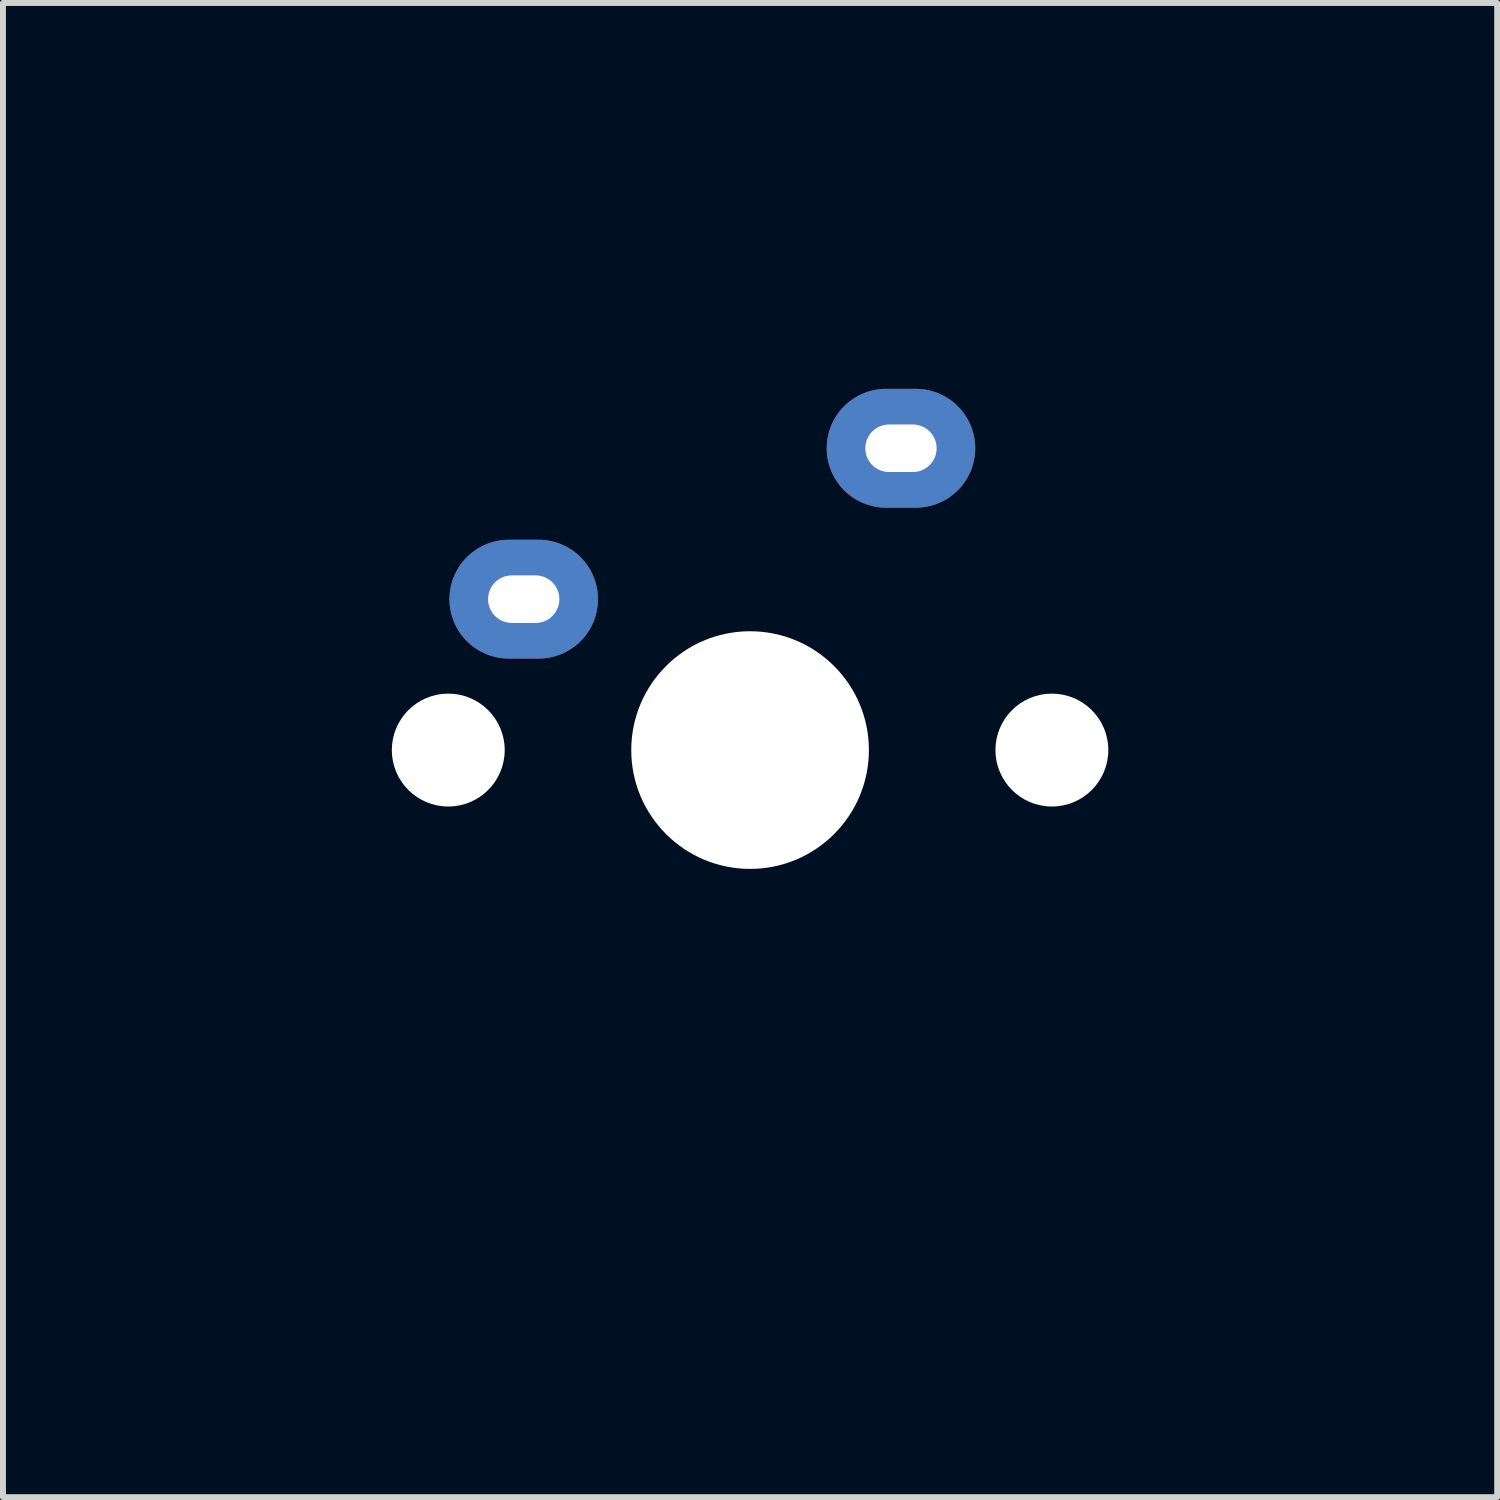
<source format=kicad_pcb>
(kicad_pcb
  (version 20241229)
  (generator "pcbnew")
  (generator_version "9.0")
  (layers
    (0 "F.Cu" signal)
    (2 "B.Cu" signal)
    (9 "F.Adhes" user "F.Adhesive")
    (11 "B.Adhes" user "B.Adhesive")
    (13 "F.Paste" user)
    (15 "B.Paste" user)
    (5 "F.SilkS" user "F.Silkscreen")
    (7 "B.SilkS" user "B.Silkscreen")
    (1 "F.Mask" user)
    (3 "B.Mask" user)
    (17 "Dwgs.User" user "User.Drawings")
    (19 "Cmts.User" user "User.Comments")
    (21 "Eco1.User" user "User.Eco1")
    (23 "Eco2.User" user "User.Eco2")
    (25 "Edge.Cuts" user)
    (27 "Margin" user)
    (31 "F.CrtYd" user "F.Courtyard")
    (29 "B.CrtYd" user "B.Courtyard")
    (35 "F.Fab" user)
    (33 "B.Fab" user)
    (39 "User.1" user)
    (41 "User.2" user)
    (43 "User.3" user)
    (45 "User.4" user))
  (footprint "MX"
    (layer "F.Cu")
    (at 9.575 9.575)
    (property "Reference" "MX" (at 0 0 180) (layer "Dwgs.User") (effects (font (size 1 1) (thickness 0.15))))
    (attr through_hole)
    (fp_line (start -9.5 -9.5) (end 9.5 -9.5) (stroke (width 0.15) (type solid)) (layer "Eco1.User"))
    (fp_line (start -9.5 9.5) (end -9.5 -9.5) (stroke (width 0.15) (type solid)) (layer "Eco1.User"))
    (fp_line (start 9.5 -9.5) (end 9.5 9.5) (stroke (width 0.15) (type solid)) (layer "Eco1.User"))
    (fp_line (start 9.5 9.5) (end -9.5 9.5) (stroke (width 0.15) (type solid)) (layer "Eco1.User"))
    (fp_line (start -7 -7) (end 7 -7) (stroke (width 0.15) (type solid)) (layer "Eco2.User"))
    (fp_line (start -7 7) (end -7 -7) (stroke (width 0.15) (type solid)) (layer "Eco2.User"))
    (fp_line (start 7 7) (end -7 7) (stroke (width 0.15) (type solid)) (layer "Eco2.User"))
    (fp_line (start 7 7) (end 7 -7) (stroke (width 0.15) (type solid)) (layer "Eco2.User"))
    (pad "" np_thru_hole circle (at -5.08 0 90) (size 1.9 1.9) (drill 1.9) (layers "*.Cu" "*.Mask"))
    (pad "" np_thru_hole circle (at 0 0 90) (size 4 4) (drill 4) (layers "*.Cu" "*.Mask"))
    (pad "" np_thru_hole circle (at 5.08 0 90) (size 1.9 1.9) (drill 1.9) (layers "*.Cu" "*.Mask"))
    (pad "1" thru_hole oval (at -3.81 -2.54) (size 2.5 2) (drill oval 1.2 0.8) (layers "*.Cu" "*.Mask"))
    (pad "2" thru_hole oval (at 2.54 -5.08) (size 2.5 2) (drill oval 1.2 0.8) (layers "*.Cu" "*.Mask")))
  (gr_rect
    (start -3 -3)
    (end 22.15 22.15)
    (stroke (width 0.1) (type default))
    (fill no)
    (layer "Edge.Cuts")))
</source>
